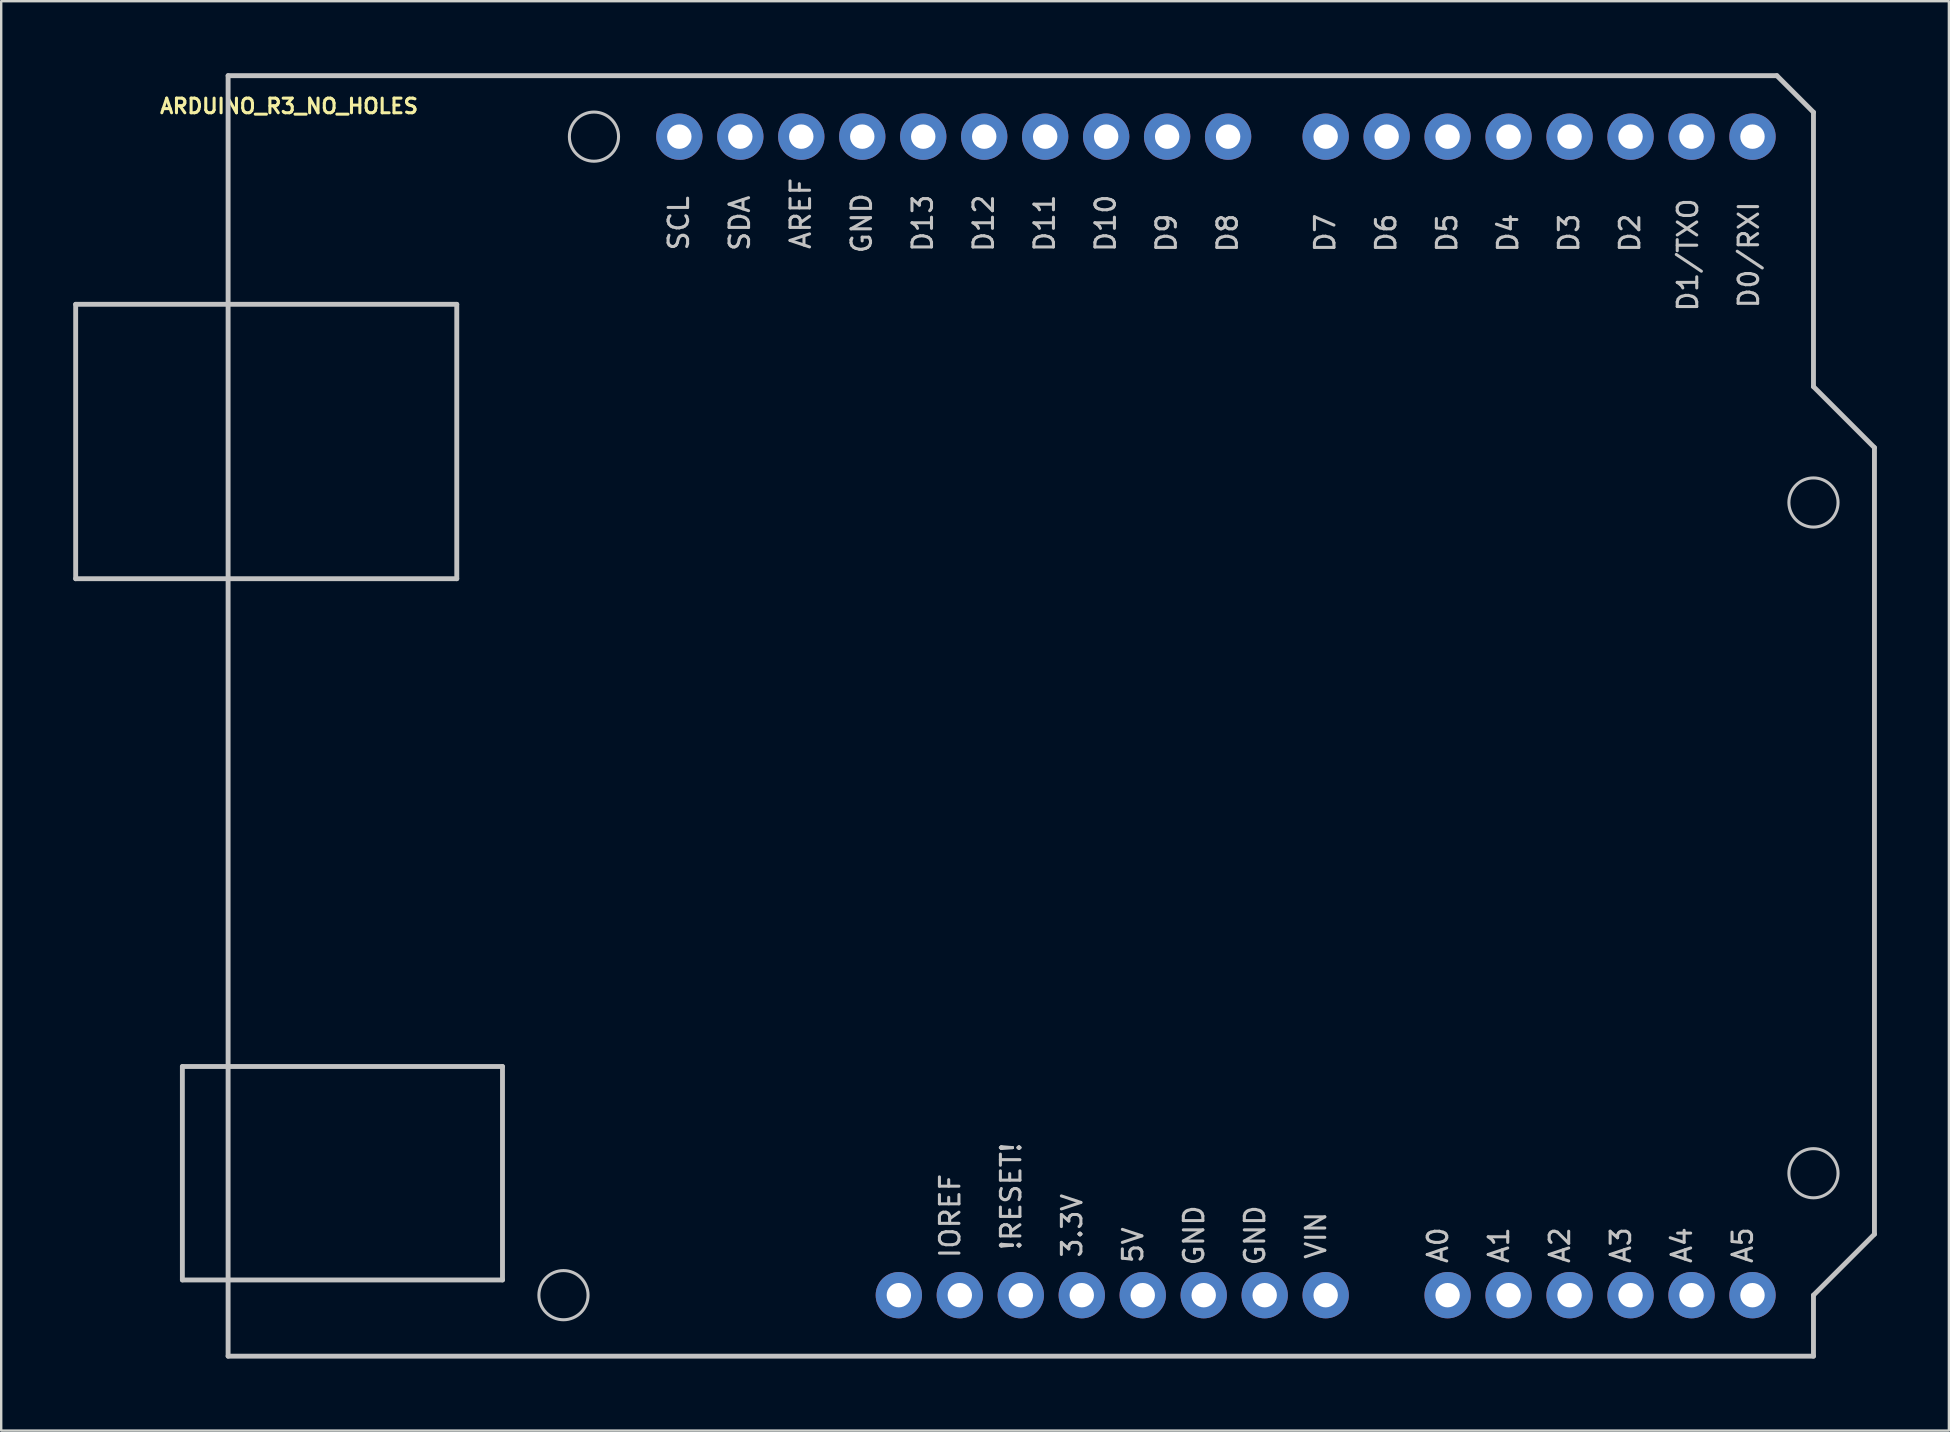
<source format=kicad_pcb>
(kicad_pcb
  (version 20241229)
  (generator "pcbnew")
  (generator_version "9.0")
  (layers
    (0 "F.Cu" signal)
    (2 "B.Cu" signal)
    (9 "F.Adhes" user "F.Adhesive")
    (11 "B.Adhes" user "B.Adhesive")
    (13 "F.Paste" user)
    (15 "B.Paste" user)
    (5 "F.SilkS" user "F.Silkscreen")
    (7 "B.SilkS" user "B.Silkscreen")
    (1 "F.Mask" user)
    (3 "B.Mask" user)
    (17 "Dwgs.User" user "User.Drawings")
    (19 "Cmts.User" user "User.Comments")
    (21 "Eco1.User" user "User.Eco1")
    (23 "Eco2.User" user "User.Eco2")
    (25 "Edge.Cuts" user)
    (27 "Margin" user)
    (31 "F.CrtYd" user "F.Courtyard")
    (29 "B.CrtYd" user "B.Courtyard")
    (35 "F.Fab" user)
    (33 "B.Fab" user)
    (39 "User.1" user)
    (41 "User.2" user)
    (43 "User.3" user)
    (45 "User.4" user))
  (footprint "ARDUINO_R3_NO_HOLES"
    (layer "F.Cu")
    (at 40.742 26.772)
    (property "Reference" "ARDUINO_R3_NO_HOLES" (at -31.75 -25.4 0) (layer "F.SilkS") (effects (font (size 0.61 0.61) (thickness 0.127))))
    (attr exclude_from_pos_files exclude_from_bom)
    (fp_line (start -40.64 -17.145) (end -24.765 -17.145) (stroke (width 0.203) (type solid)) (layer "Dwgs.User"))
    (fp_line (start -40.64 -5.715) (end -40.64 -17.145) (stroke (width 0.203) (type solid)) (layer "Dwgs.User"))
    (fp_line (start -36.195 14.605) (end -22.86 14.605) (stroke (width 0.203) (type solid)) (layer "Dwgs.User"))
    (fp_line (start -36.195 23.495) (end -36.195 14.605) (stroke (width 0.203) (type solid)) (layer "Dwgs.User"))
    (fp_line (start -34.29 -26.67) (end 30.226 -26.67) (stroke (width 0.203) (type solid)) (layer "Dwgs.User"))
    (fp_line (start -34.29 26.67) (end -34.29 -26.67) (stroke (width 0.203) (type solid)) (layer "Dwgs.User"))
    (fp_line (start -24.765 -17.145) (end -24.765 -5.715) (stroke (width 0.203) (type solid)) (layer "Dwgs.User"))
    (fp_line (start -24.765 -5.715) (end -40.64 -5.715) (stroke (width 0.203) (type solid)) (layer "Dwgs.User"))
    (fp_line (start -22.86 14.605) (end -22.86 23.495) (stroke (width 0.203) (type solid)) (layer "Dwgs.User"))
    (fp_line (start -22.86 23.495) (end -36.195 23.495) (stroke (width 0.203) (type solid)) (layer "Dwgs.User"))
    (fp_line (start 30.226 -26.67) (end 31.75 -25.146) (stroke (width 0.203) (type solid)) (layer "Dwgs.User"))
    (fp_line (start 31.75 -25.146) (end 31.75 -13.716) (stroke (width 0.203) (type solid)) (layer "Dwgs.User"))
    (fp_line (start 31.75 -13.716) (end 34.29 -11.176) (stroke (width 0.203) (type solid)) (layer "Dwgs.User"))
    (fp_line (start 31.75 24.13) (end 31.75 26.67) (stroke (width 0.203) (type solid)) (layer "Dwgs.User"))
    (fp_line (start 31.75 26.67) (end -34.29 26.67) (stroke (width 0.203) (type solid)) (layer "Dwgs.User"))
    (fp_line (start 34.29 -11.176) (end 34.29 21.59) (stroke (width 0.203) (type solid)) (layer "Dwgs.User"))
    (fp_line (start 34.29 21.59) (end 31.75 24.13) (stroke (width 0.203) (type solid)) (layer "Dwgs.User"))
    (fp_circle (center -20.32 24.13) (end -20.32 23.106) (stroke (width 0.127) (type solid)) (fill no) (layer "Dwgs.User"))
    (fp_circle (center -19.05 -24.13) (end -19.05 -25.154) (stroke (width 0.127) (type solid)) (fill no) (layer "Dwgs.User"))
    (fp_circle (center 31.75 -8.89) (end 31.75 -9.914) (stroke (width 0.127) (type solid)) (fill no) (layer "Dwgs.User"))
    (fp_circle (center 31.75 19.05) (end 31.75 18.026) (stroke (width 0.127) (type solid)) (fill no) (layer "Dwgs.User"))
    (fp_text user "A5" (at 28.801 22.047 90) (layer "Dwgs.User") (effects (font (size 0.813 0.813) (thickness 0.127))))
    (fp_text user "IOREF" (at -4.216 20.828 90) (layer "Dwgs.User") (effects (font (size 0.813 0.813) (thickness 0.127))))
    (fp_text user "GND" (at -7.899 -20.523 90) (layer "Dwgs.User") (effects (font (size 0.813 0.813) (thickness 0.127))))
    (fp_text user "D10" (at 2.261 -20.523 90) (layer "Dwgs.User") (effects (font (size 0.813 0.813) (thickness 0.127))))
    (fp_text user "5V" (at 3.404 22.047 90) (layer "Dwgs.User") (effects (font (size 0.813 0.813) (thickness 0.127))))
    (fp_text user "SCL" (at -15.519 -20.523 90) (layer "Dwgs.User") (effects (font (size 0.813 0.813) (thickness 0.127))))
    (fp_text user "AREF" (at -10.439 -20.93 90) (layer "Dwgs.User") (effects (font (size 0.813 0.813) (thickness 0.127))))
    (fp_text user "GND" (at 5.944 21.641 90) (layer "Dwgs.User") (effects (font (size 0.813 0.813) (thickness 0.127))))
    (fp_text user "A4" (at 26.264 22.047 90) (layer "Dwgs.User") (effects (font (size 0.813 0.813) (thickness 0.127))))
    (fp_text user "D8" (at 7.341 -20.117 90) (layer "Dwgs.User") (effects (font (size 0.813 0.813) (thickness 0.127))))
    (fp_text user "D2" (at 24.105 -20.117 90) (layer "Dwgs.User") (effects (font (size 0.813 0.813) (thickness 0.127))))
    (fp_text user "VIN" (at 11.024 21.641 90) (layer "Dwgs.User") (effects (font (size 0.813 0.813) (thickness 0.127))))
    (fp_text user "A2" (at 21.184 22.047 90) (layer "Dwgs.User") (effects (font (size 0.813 0.813) (thickness 0.127))))
    (fp_text user "D5" (at 16.485 -20.117 90) (layer "Dwgs.User") (effects (font (size 0.813 0.813) (thickness 0.127))))
    (fp_text user "D3" (at 21.565 -20.117 90) (layer "Dwgs.User") (effects (font (size 0.813 0.813) (thickness 0.127))))
    (fp_text user "D13" (at -5.359 -20.523 90) (layer "Dwgs.User") (effects (font (size 0.813 0.813) (thickness 0.127))))
    (fp_text user "GND" (at 8.484 21.641 90) (layer "Dwgs.User") (effects (font (size 0.813 0.813) (thickness 0.127))))
    (fp_text user "SDA" (at -12.979 -20.523 90) (layer "Dwgs.User") (effects (font (size 0.813 0.813) (thickness 0.127))))
    (fp_text user "D9" (at 4.798 -20.117 90) (layer "Dwgs.User") (effects (font (size 0.813 0.813) (thickness 0.127))))
    (fp_text user "!RESET!" (at -1.676 20.015 90) (layer "Dwgs.User") (effects (font (size 0.813 0.813) (thickness 0.127))))
    (fp_text user "D1/TXO" (at 26.518 -19.202 90) (layer "Dwgs.User") (effects (font (size 0.813 0.813) (thickness 0.127))))
    (fp_text user "3.3V" (at 0.864 21.234 90) (layer "Dwgs.User") (effects (font (size 0.813 0.813) (thickness 0.127))))
    (fp_text user "D12" (at -2.819 -20.523 90) (layer "Dwgs.User") (effects (font (size 0.813 0.813) (thickness 0.127))))
    (fp_text user "D4" (at 19.025 -20.117 90) (layer "Dwgs.User") (effects (font (size 0.813 0.813) (thickness 0.127))))
    (fp_text user "D11" (at -0.279 -20.523 90) (layer "Dwgs.User") (effects (font (size 0.813 0.813) (thickness 0.127))))
    (fp_text user "D6" (at 13.945 -20.117 90) (layer "Dwgs.User") (effects (font (size 0.813 0.813) (thickness 0.127))))
    (fp_text user "A3" (at 23.724 22.047 90) (layer "Dwgs.User") (effects (font (size 0.813 0.813) (thickness 0.127))))
    (fp_text user "D0/RXI" (at 29.055 -19.202 90) (layer "Dwgs.User") (effects (font (size 0.813 0.813) (thickness 0.127))))
    (fp_text user "A0" (at 16.104 22.047 90) (layer "Dwgs.User") (effects (font (size 0.813 0.813) (thickness 0.127))))
    (fp_text user "A1" (at 18.644 22.047 90) (layer "Dwgs.User") (effects (font (size 0.813 0.813) (thickness 0.127))))
    (fp_text user "D7" (at 11.405 -20.117 90) (layer "Dwgs.User") (effects (font (size 0.813 0.813) (thickness 0.127))))
    (pad "1" thru_hole circle (at -6.35 24.13) (size 1.93 1.93) (drill 1.016) (layers "*.Cu" "*.Mask"))
    (pad "2" thru_hole circle (at -3.81 24.13) (size 1.93 1.93) (drill 1.016) (layers "*.Cu" "*.Mask"))
    (pad "3" thru_hole circle (at -1.27 24.13) (size 1.93 1.93) (drill 1.016) (layers "*.Cu" "*.Mask"))
    (pad "4" thru_hole circle (at 1.27 24.13) (size 1.93 1.93) (drill 1.016) (layers "*.Cu" "*.Mask"))
    (pad "5" thru_hole circle (at 3.81 24.13) (size 1.93 1.93) (drill 1.016) (layers "*.Cu" "*.Mask"))
    (pad "6" thru_hole circle (at 6.35 24.13) (size 1.93 1.93) (drill 1.016) (layers "*.Cu" "*.Mask"))
    (pad "7" thru_hole circle (at 8.89 24.13) (size 1.93 1.93) (drill 1.016) (layers "*.Cu" "*.Mask"))
    (pad "8" thru_hole circle (at 11.43 24.13) (size 1.93 1.93) (drill 1.016) (layers "*.Cu" "*.Mask"))
    (pad "9" thru_hole circle (at 16.51 24.13) (size 1.93 1.93) (drill 1.016) (layers "*.Cu" "*.Mask"))
    (pad "10" thru_hole circle (at 19.05 24.13) (size 1.93 1.93) (drill 1.016) (layers "*.Cu" "*.Mask"))
    (pad "11" thru_hole circle (at 21.59 24.13) (size 1.93 1.93) (drill 1.016) (layers "*.Cu" "*.Mask"))
    (pad "12" thru_hole circle (at 24.13 24.13) (size 1.93 1.93) (drill 1.016) (layers "*.Cu" "*.Mask"))
    (pad "13" thru_hole circle (at 26.67 24.13) (size 1.93 1.93) (drill 1.016) (layers "*.Cu" "*.Mask"))
    (pad "14" thru_hole circle (at 29.21 24.13) (size 1.93 1.93) (drill 1.016) (layers "*.Cu" "*.Mask"))
    (pad "15" thru_hole circle (at 29.21 -24.13) (size 1.93 1.93) (drill 1.016) (layers "*.Cu" "*.Mask"))
    (pad "16" thru_hole circle (at 26.67 -24.13) (size 1.93 1.93) (drill 1.016) (layers "*.Cu" "*.Mask"))
    (pad "17" thru_hole circle (at 24.13 -24.13) (size 1.93 1.93) (drill 1.016) (layers "*.Cu" "*.Mask"))
    (pad "18" thru_hole circle (at 21.59 -24.13) (size 1.93 1.93) (drill 1.016) (layers "*.Cu" "*.Mask"))
    (pad "19" thru_hole circle (at 19.05 -24.13) (size 1.93 1.93) (drill 1.016) (layers "*.Cu" "*.Mask"))
    (pad "20" thru_hole circle (at 16.51 -24.13) (size 1.93 1.93) (drill 1.016) (layers "*.Cu" "*.Mask"))
    (pad "21" thru_hole circle (at 13.97 -24.13) (size 1.93 1.93) (drill 1.016) (layers "*.Cu" "*.Mask"))
    (pad "22" thru_hole circle (at 11.43 -24.13) (size 1.93 1.93) (drill 1.016) (layers "*.Cu" "*.Mask"))
    (pad "23" thru_hole circle (at 7.366 -24.13) (size 1.93 1.93) (drill 1.016) (layers "*.Cu" "*.Mask"))
    (pad "24" thru_hole circle (at 4.826 -24.13) (size 1.93 1.93) (drill 1.016) (layers "*.Cu" "*.Mask"))
    (pad "25" thru_hole circle (at 2.286 -24.13) (size 1.93 1.93) (drill 1.016) (layers "*.Cu" "*.Mask"))
    (pad "26" thru_hole circle (at -0.254 -24.13) (size 1.93 1.93) (drill 1.016) (layers "*.Cu" "*.Mask"))
    (pad "27" thru_hole circle (at -2.794 -24.13) (size 1.93 1.93) (drill 1.016) (layers "*.Cu" "*.Mask"))
    (pad "28" thru_hole circle (at -5.334 -24.13) (size 1.93 1.93) (drill 1.016) (layers "*.Cu" "*.Mask"))
    (pad "29" thru_hole circle (at -7.874 -24.13) (size 1.93 1.93) (drill 1.016) (layers "*.Cu" "*.Mask"))
    (pad "30" thru_hole circle (at -10.414 -24.13) (size 1.93 1.93) (drill 1.016) (layers "*.Cu" "*.Mask"))
    (pad "31" thru_hole circle (at -12.954 -24.13) (size 1.93 1.93) (drill 1.016) (layers "*.Cu" "*.Mask"))
    (pad "32" thru_hole circle (at -15.494 -24.13) (size 1.93 1.93) (drill 1.016) (layers "*.Cu" "*.Mask")))
  (gr_rect
    (start -3 -3)
    (end 78.133 56.543)
    (stroke (width 0.1) (type default))
    (fill no)
    (layer "Edge.Cuts")))
</source>
